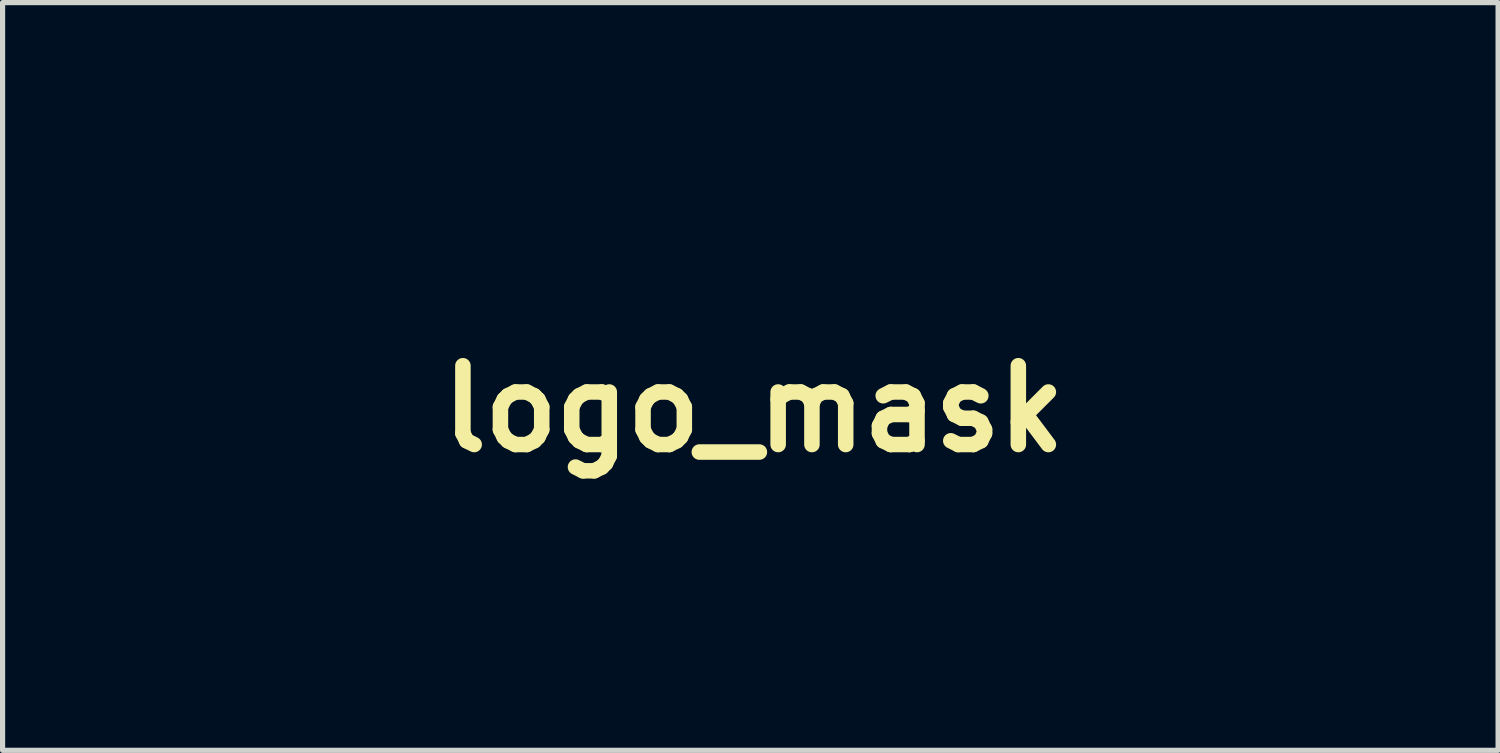
<source format=kicad_pcb>
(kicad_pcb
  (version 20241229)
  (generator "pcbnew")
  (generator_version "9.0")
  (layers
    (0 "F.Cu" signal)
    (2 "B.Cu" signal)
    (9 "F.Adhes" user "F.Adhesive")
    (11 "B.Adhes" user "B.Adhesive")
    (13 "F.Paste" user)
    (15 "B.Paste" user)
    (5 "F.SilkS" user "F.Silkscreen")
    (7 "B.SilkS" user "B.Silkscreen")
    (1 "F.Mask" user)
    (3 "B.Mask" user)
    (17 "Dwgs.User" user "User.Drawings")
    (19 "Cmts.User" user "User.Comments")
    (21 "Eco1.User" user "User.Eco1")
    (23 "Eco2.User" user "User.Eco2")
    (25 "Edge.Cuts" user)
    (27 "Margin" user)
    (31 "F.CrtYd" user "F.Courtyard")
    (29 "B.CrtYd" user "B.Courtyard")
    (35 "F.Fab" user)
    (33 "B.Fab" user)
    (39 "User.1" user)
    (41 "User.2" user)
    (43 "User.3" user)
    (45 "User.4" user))
  (footprint "logo_mask"
    (layer "F.Cu")
    (at 11.526 4.857)
    (property "Reference" "logo_mask" (at 0 0 0) (layer "F.SilkS") (effects (font (size 1.524 1.524) (thickness 0.3))))
    (attr through_hole)
    (fp_poly (pts (xy -6.994 -4.768) (xy -6.874 -4.505) (xy -7.006 -4.19) (xy -7.299 -4.023) (xy -7.325 -4.022) (xy -7.589 -4.191) (xy -7.62 -4.327) (xy -7.475 -4.697) (xy -7.151 -4.823) (xy -6.994 -4.768)) (stroke (width 0.01) (type solid)) (fill yes) (layer "F.Mask"))
    (fp_poly (pts (xy -2.517 1.541) (xy -2.431 1.688) (xy -2.431 1.689) (xy -2.443 2.02) (xy -2.331 2.324) (xy -2.217 2.865) (xy -2.328 3.175) (xy -2.635 3.55) (xy -2.92 3.511) (xy -3.168 3.068) (xy -3.308 2.54) (xy -3.525 1.482) (xy -2.914 1.482) (xy -2.517 1.541)) (stroke (width 0.01) (type solid)) (fill yes) (layer "F.Mask"))
    (fp_poly (pts (xy -7.146 -3.772) (xy -7.043 -3.578) (xy -7.099 -3.108) (xy -7.116 -3.016) (xy -7.214 -2.428) (xy -7.265 -2.002) (xy -7.266 -1.958) (xy -7.453 -1.765) (xy -7.893 -1.693) (xy -8.304 -1.731) (xy -8.357 -1.873) (xy -8.29 -1.968) (xy -8.124 -2.354) (xy -8.017 -2.938) (xy -8.01 -3.026) (xy -7.933 -3.551) (xy -7.744 -3.772) (xy -7.461 -3.81) (xy -7.146 -3.772)) (stroke (width 0.01) (type solid)) (fill yes) (layer "F.Mask"))
    (fp_poly (pts (xy -5.249 -3.777) (xy -4.58 -3.729) (xy -4.271 -3.587) (xy -4.233 -3.472) (xy -4.354 -3.204) (xy -4.591 -3.245) (xy -4.719 -3.44) (xy -4.897 -3.575) (xy -5.142 -3.406) (xy -5.382 -3.03) (xy -5.54 -2.541) (xy -5.562 -2.369) (xy -5.646 -1.898) (xy -5.891 -1.717) (xy -6.217 -1.694) (xy -6.619 -1.733) (xy -6.661 -1.879) (xy -6.597 -1.968) (xy -6.43 -2.355) (xy -6.323 -2.937) (xy -6.317 -3.014) (xy -6.265 -3.785) (xy -5.249 -3.777)) (stroke (width 0.01) (type solid)) (fill yes) (layer "F.Mask"))
    (fp_poly (pts (xy 4.487 1.514) (xy 5.156 1.562) (xy 5.466 1.704) (xy 5.503 1.819) (xy 5.383 2.087) (xy 5.145 2.047) (xy 5.017 1.852) (xy 4.84 1.717) (xy 4.594 1.885) (xy 4.355 2.261) (xy 4.197 2.751) (xy 4.175 2.923) (xy 4.091 3.394) (xy 3.845 3.574) (xy 3.519 3.598) (xy 3.118 3.559) (xy 3.076 3.413) (xy 3.14 3.324) (xy 3.307 2.937) (xy 3.413 2.355) (xy 3.42 2.278) (xy 3.472 1.507) (xy 4.487 1.514)) (stroke (width 0.01) (type solid)) (fill yes) (layer "F.Mask"))
    (fp_poly (pts (xy -7.015 0.232) (xy -6.851 0.347) (xy -6.813 0.636) (xy -6.889 1.177) (xy -7.07 2.052) (xy -7.07 2.056) (xy -7.2 2.754) (xy -7.259 3.272) (xy -7.239 3.485) (xy -7.343 3.561) (xy -7.746 3.598) (xy -7.822 3.598) (xy -8.276 3.56) (xy -8.367 3.425) (xy -8.312 3.334) (xy -8.155 2.979) (xy -7.989 2.38) (xy -7.841 1.678) (xy -7.739 1.015) (xy -7.712 0.536) (xy -7.741 0.399) (xy -7.652 0.262) (xy -7.315 0.212) (xy -7.015 0.232)) (stroke (width 0.01) (type solid)) (fill yes) (layer "F.Mask"))
    (fp_poly (pts (xy 0.264 1.598) (xy 0.025 1.927) (xy -0.372 2.468) (xy -0.644 2.986) (xy -0.933 3.404) (xy -1.284 3.597) (xy -1.578 3.536) (xy -1.693 3.217) (xy -1.813 2.764) (xy -1.922 2.607) (xy -2.029 2.29) (xy -1.871 1.93) (xy -1.52 1.553) (xy -1.222 1.534) (xy -1.065 1.867) (xy -1.058 1.998) (xy -0.975 2.5) (xy -0.766 2.611) (xy -0.492 2.32) (xy -0.39 2.118) (xy -0.121 1.681) (xy 0.15 1.483) (xy 0.166 1.482) (xy 0.264 1.598)) (stroke (width 0.01) (type solid)) (fill yes) (layer "F.Mask"))
    (fp_poly (pts (xy -4.429 1.638) (xy -4.078 2.086) (xy -4.022 2.464) (xy -4.208 2.969) (xy -4.674 3.357) (xy -5.28 3.575) (xy -5.889 3.569) (xy -6.308 3.344) (xy -6.549 2.875) (xy -5.715 2.875) (xy -5.589 3.276) (xy -5.314 3.379) (xy -5.039 3.145) (xy -4.997 3.052) (xy -4.873 2.493) (xy -4.906 1.998) (xy -5.078 1.715) (xy -5.163 1.693) (xy -5.497 1.887) (xy -5.684 2.427) (xy -5.715 2.875) (xy -6.549 2.875) (xy -6.561 2.851) (xy -6.476 2.323) (xy -6.117 1.857) (xy -5.547 1.55) (xy -5.075 1.482) (xy -4.429 1.638)) (stroke (width 0.01) (type solid)) (fill yes) (layer "F.Mask"))
    (fp_poly (pts (xy -1.997 -3.588) (xy -1.715 -3.199) (xy -1.693 -3.027) (xy -1.893 -2.827) (xy -2.478 -2.752) (xy -2.54 -2.752) (xy -3.094 -2.716) (xy -3.339 -2.573) (xy -3.387 -2.328) (xy -3.224 -2.007) (xy -2.866 -1.891) (xy -2.51 -2.024) (xy -2.434 -2.117) (xy -2.143 -2.321) (xy -2.078 -2.328) (xy -1.991 -2.209) (xy -2.117 -2.011) (xy -2.538 -1.776) (xy -3.143 -1.702) (xy -3.72 -1.795) (xy -3.979 -1.947) (xy -4.217 -2.447) (xy -4.135 -3.018) (xy -3.923 -3.281) (xy -3.252 -3.281) (xy -3.217 -3.02) (xy -2.957 -2.963) (xy -2.617 -3.097) (xy -2.54 -3.281) (xy -2.698 -3.562) (xy -2.835 -3.598) (xy -3.162 -3.428) (xy -3.252 -3.281) (xy -3.923 -3.281) (xy -3.763 -3.48) (xy -3.14 -3.755) (xy -2.512 -3.782) (xy -1.997 -3.588)) (stroke (width 0.01) (type solid)) (fill yes) (layer "F.Mask"))
    (fp_poly (pts (xy 2.448 1.704) (xy 2.73 2.093) (xy 2.752 2.265) (xy 2.552 2.464) (xy 1.967 2.54) (xy 1.905 2.54) (xy 1.351 2.575) (xy 1.106 2.719) (xy 1.058 2.963) (xy 1.221 3.284) (xy 1.579 3.4) (xy 1.935 3.268) (xy 2.011 3.175) (xy 2.302 2.971) (xy 2.367 2.963) (xy 2.454 3.083) (xy 2.328 3.281) (xy 1.907 3.516) (xy 1.302 3.59) (xy 0.725 3.497) (xy 0.466 3.344) (xy 0.228 2.845) (xy 0.31 2.274) (xy 0.522 2.011) (xy 1.193 2.011) (xy 1.228 2.272) (xy 1.488 2.328) (xy 1.828 2.194) (xy 1.905 2.011) (xy 1.747 1.73) (xy 1.61 1.693) (xy 1.283 1.864) (xy 1.193 2.011) (xy 0.522 2.011) (xy 0.682 1.811) (xy 1.305 1.537) (xy 1.933 1.51) (xy 2.448 1.704)) (stroke (width 0.01) (type solid)) (fill yes) (layer "F.Mask"))
    (fp_poly (pts (xy -8.777 -4.847) (xy -8.312 -4.8) (xy -8.097 -4.689) (xy -8.047 -4.498) (xy -8.09 -4.266) (xy -8.228 -4.408) (xy -8.57 -4.596) (xy -9.124 -4.619) (xy -9.63 -4.515) (xy -9.852 -4.257) (xy -9.909 -3.969) (xy -9.901 -3.546) (xy -9.667 -3.398) (xy -9.451 -3.387) (xy -9.01 -3.481) (xy -8.819 -3.651) (xy -8.724 -3.764) (xy -8.698 -3.598) (xy -8.797 -3.147) (xy -8.89 -2.963) (xy -9.061 -2.791) (xy -9.098 -2.91) (xy -9.281 -3.113) (xy -9.607 -3.175) (xy -9.992 -3.079) (xy -10.174 -2.714) (xy -10.204 -2.545) (xy -10.203 -2.072) (xy -10.07 -1.821) (xy -10.117 -1.763) (xy -10.494 -1.723) (xy -10.795 -1.713) (xy -11.355 -1.731) (xy -11.521 -1.812) (xy -11.433 -1.899) (xy -11.226 -2.196) (xy -11.033 -2.74) (xy -10.879 -3.4) (xy -10.789 -4.042) (xy -10.788 -4.535) (xy -10.885 -4.741) (xy -10.806 -4.788) (xy -10.388 -4.827) (xy -9.718 -4.85) (xy -9.578 -4.852) (xy -8.777 -4.847)) (stroke (width 0.01) (type solid)) (fill yes) (layer "F.Mask"))
    (fp_poly (pts (xy -8.777 0.444) (xy -8.312 0.492) (xy -8.097 0.602) (xy -8.047 0.794) (xy -8.09 1.026) (xy -8.228 0.884) (xy -8.57 0.696) (xy -9.124 0.672) (xy -9.63 0.777) (xy -9.852 1.035) (xy -9.909 1.323) (xy -9.901 1.746) (xy -9.667 1.894) (xy -9.451 1.905) (xy -9.01 1.81) (xy -8.819 1.64) (xy -8.724 1.528) (xy -8.698 1.693) (xy -8.797 2.145) (xy -8.89 2.328) (xy -9.061 2.501) (xy -9.098 2.381) (xy -9.281 2.179) (xy -9.607 2.117) (xy -9.992 2.213) (xy -10.174 2.578) (xy -10.204 2.747) (xy -10.203 3.22) (xy -10.07 3.471) (xy -10.117 3.528) (xy -10.494 3.569) (xy -10.795 3.578) (xy -11.355 3.56) (xy -11.521 3.48) (xy -11.433 3.393) (xy -11.226 3.096) (xy -11.033 2.551) (xy -10.879 1.892) (xy -10.789 1.249) (xy -10.788 0.757) (xy -10.885 0.551) (xy -10.806 0.504) (xy -10.388 0.465) (xy -9.718 0.442) (xy -9.578 0.44) (xy -8.777 0.444)) (stroke (width 0.01) (type solid)) (fill yes) (layer "F.Mask"))
    (fp_poly (pts (xy 7.904 0.505) (xy 7.982 0.793) (xy 7.905 1.351) (xy 7.696 2.17) (xy 7.739 2.484) (xy 7.976 2.557) (xy 8.214 2.595) (xy 8.045 2.693) (xy 8.043 2.694) (xy 7.65 2.954) (xy 7.551 3.258) (xy 7.684 3.431) (xy 7.656 3.527) (xy 7.294 3.586) (xy 7.023 3.595) (xy 6.468 3.585) (xy 6.269 3.519) (xy 6.36 3.353) (xy 6.481 3.228) (xy 6.704 2.971) (xy 6.621 2.854) (xy 6.178 2.791) (xy 5.715 2.716) (xy 5.505 2.624) (xy 5.503 2.617) (xy 5.628 2.365) (xy 5.927 2.365) (xy 6.093 2.501) (xy 6.436 2.535) (xy 6.725 2.463) (xy 6.776 2.381) (xy 6.826 2.073) (xy 6.913 1.693) (xy 7.048 1.164) (xy 6.487 1.677) (xy 6.115 2.062) (xy 5.931 2.34) (xy 5.927 2.365) (xy 5.628 2.365) (xy 5.649 2.322) (xy 6.019 1.861) (xy 6.511 1.338) (xy 7.023 0.857) (xy 7.454 0.52) (xy 7.67 0.423) (xy 7.904 0.505)) (stroke (width 0.01) (type solid)) (fill yes) (layer "F.Mask"))
    (fp_poly (pts (xy 11.079 0.505) (xy 11.157 0.793) (xy 11.08 1.351) (xy 10.871 2.17) (xy 10.914 2.484) (xy 11.151 2.557) (xy 11.389 2.595) (xy 11.22 2.693) (xy 11.218 2.694) (xy 10.825 2.954) (xy 10.726 3.258) (xy 10.859 3.431) (xy 10.831 3.527) (xy 10.469 3.586) (xy 10.198 3.595) (xy 9.643 3.585) (xy 9.444 3.519) (xy 9.535 3.353) (xy 9.656 3.228) (xy 9.879 2.971) (xy 9.796 2.854) (xy 9.354 2.791) (xy 8.89 2.716) (xy 8.68 2.624) (xy 8.678 2.617) (xy 8.803 2.365) (xy 9.102 2.365) (xy 9.268 2.501) (xy 9.611 2.535) (xy 9.9 2.463) (xy 9.951 2.381) (xy 10.001 2.073) (xy 10.088 1.693) (xy 10.223 1.164) (xy 9.662 1.677) (xy 9.29 2.062) (xy 9.106 2.34) (xy 9.102 2.365) (xy 8.803 2.365) (xy 8.824 2.322) (xy 9.194 1.861) (xy 9.686 1.338) (xy 10.198 0.857) (xy 10.629 0.52) (xy 10.845 0.423) (xy 11.079 0.505)) (stroke (width 0.01) (type solid)) (fill yes) (layer "F.Mask")))
  (gr_rect
    (start -3 -3)
    (end 25.92 11.46)
    (stroke (width 0.1) (type default))
    (fill no)
    (layer "Edge.Cuts")))
</source>
